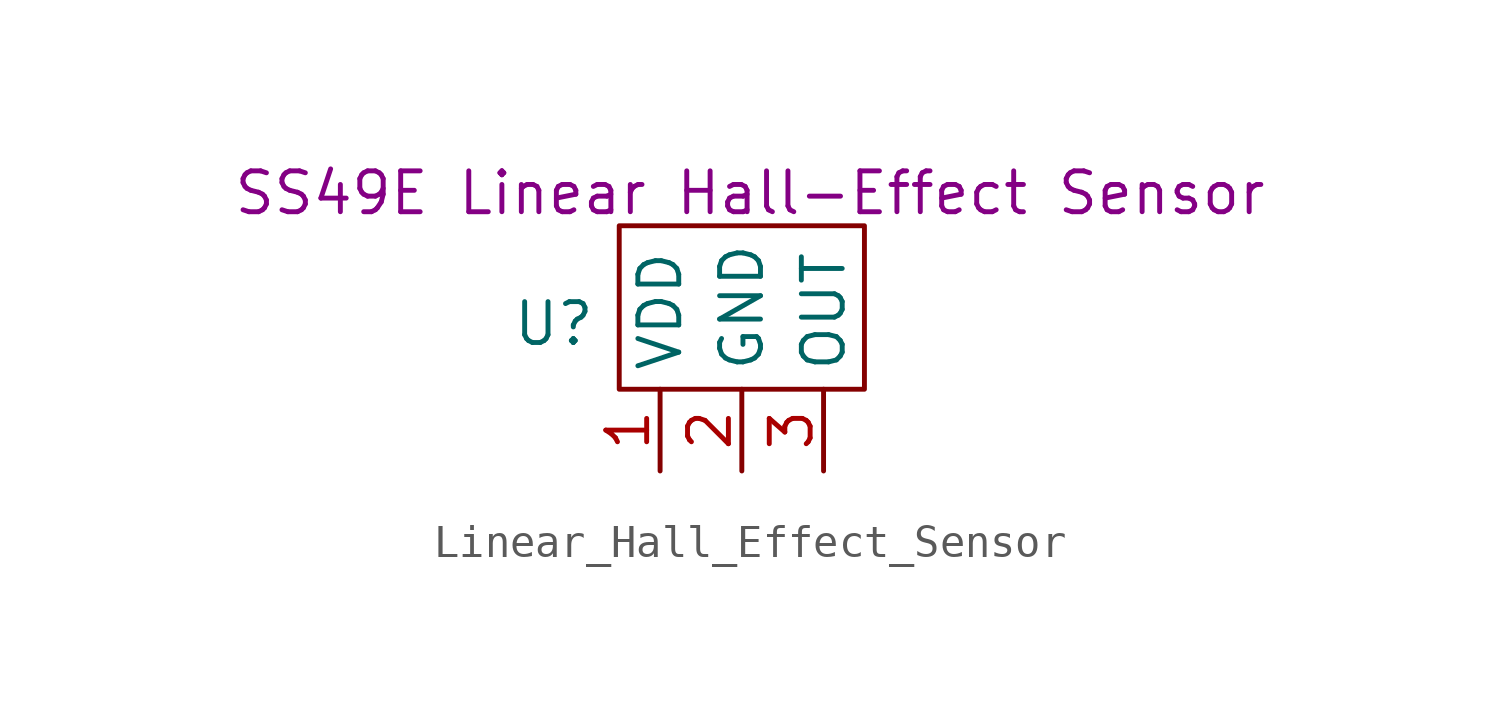
<source format=kicad_sym>
(kicad_symbol_lib
  (version 20241209)
  (generator "kicad_symbol_editor")
  (generator_version "9.0")
  (symbol "Linear_Hall_Effect_Sensor"
    (property "Reference" "U"
      (at -5.842 -0.508 0)
      (effects (font (size 1.27 1.27))))
    (property "Value" ""
      (at 0 0 0)
      (effects (font (size 1.27 1.27))))
    (property "Description" "SS49E Linear Hall-Effect Sensor"
      (at 0.254 3.556 0)
      (effects (font (size 1.27 1.27))))
    (symbol "Linear_Hall_Effect_Sensor_0_1"
      (rectangle (start 3.81 -2.54) (end -3.81 2.54) (stroke (width 0) (type default)) (fill (type none))))
    (symbol "Linear_Hall_Effect_Sensor_1_1"
      (pin input line (at -2.54 -5.08 90) (length 2.54) (name "VDD" (effects (font (size 1.27 1.27)))) (number "1" (effects (font (size 1.27 1.27)))))
      (pin input line (at 0 -5.08 90) (length 2.54) (name "GND" (effects (font (size 1.27 1.27)))) (number "2" (effects (font (size 1.27 1.27)))))
      (pin input line (at 2.54 -5.08 90) (length 2.54) (name "OUT" (effects (font (size 1.27 1.27)))) (number "3" (effects (font (size 1.27 1.27))))))))
</source>
